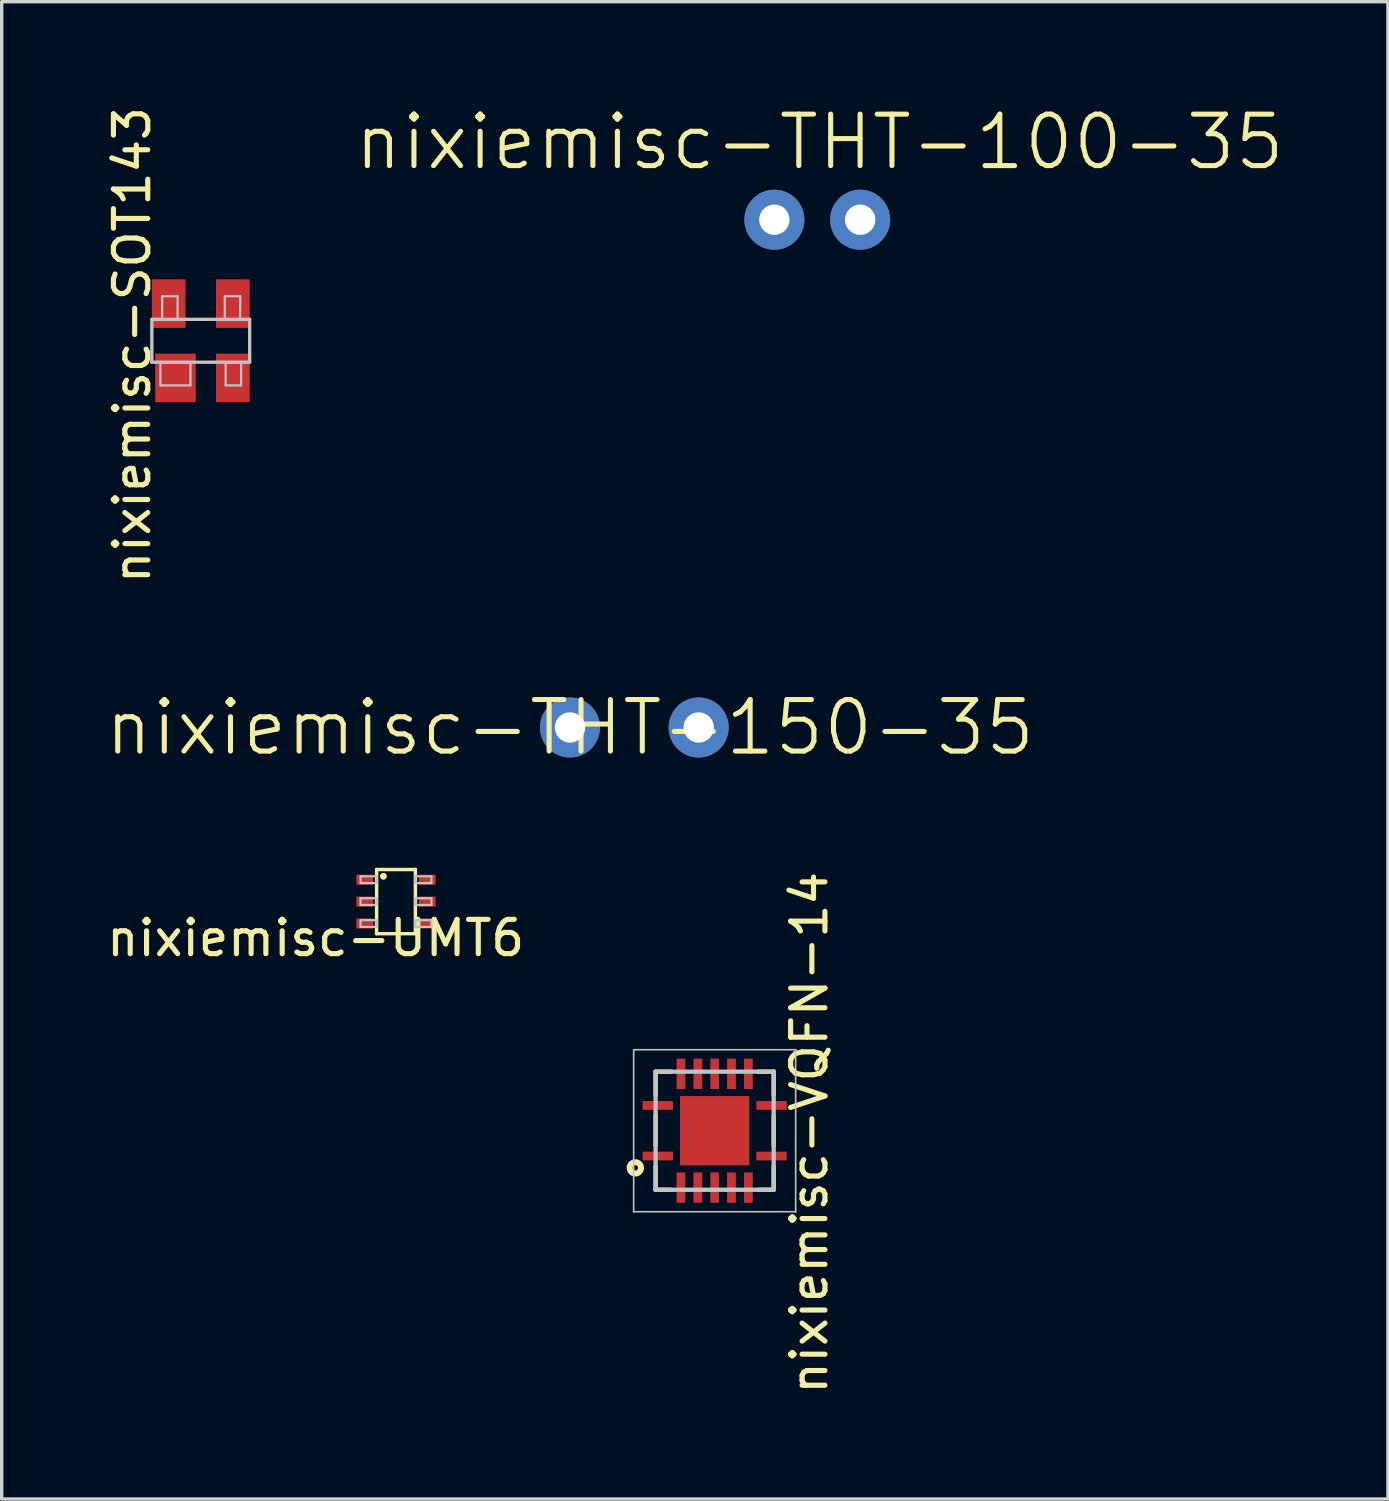
<source format=kicad_pcb>
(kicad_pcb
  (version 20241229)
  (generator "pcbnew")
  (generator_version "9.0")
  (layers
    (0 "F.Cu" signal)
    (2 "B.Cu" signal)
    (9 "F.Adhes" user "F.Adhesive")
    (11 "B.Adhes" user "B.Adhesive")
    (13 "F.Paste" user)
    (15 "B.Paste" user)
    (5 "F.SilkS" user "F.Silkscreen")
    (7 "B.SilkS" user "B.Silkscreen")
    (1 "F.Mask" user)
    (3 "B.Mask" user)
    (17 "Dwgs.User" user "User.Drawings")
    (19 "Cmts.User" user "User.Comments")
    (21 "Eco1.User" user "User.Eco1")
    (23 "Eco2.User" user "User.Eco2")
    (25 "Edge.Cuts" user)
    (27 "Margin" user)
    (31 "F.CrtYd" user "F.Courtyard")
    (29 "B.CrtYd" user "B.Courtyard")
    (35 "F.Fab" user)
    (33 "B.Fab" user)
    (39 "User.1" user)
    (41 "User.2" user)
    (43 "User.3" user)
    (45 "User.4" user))
  (footprint "nixiemisc-SOT143"
    (layer "F.Cu")
    (at 2.894 7.039)
    (property "Reference" "nixiemisc-SOT143" (at -2.032 0.127 90) (layer "F.SilkS") (effects (font (size 1.016 1.016) (thickness 0.152))))
    (attr smd)
    (fp_line (start -1.448 -0.635) (end 1.448 -0.635) (stroke (width 0.099) (type solid)) (layer "Dwgs.User"))
    (fp_line (start -1.448 0.635) (end -1.448 -0.635) (stroke (width 0.099) (type solid)) (layer "Dwgs.User"))
    (fp_line (start -1.448 0.635) (end 1.448 0.635) (stroke (width 0.099) (type solid)) (layer "Dwgs.User"))
    (fp_line (start -1.194 0.635) (end -0.305 0.635) (stroke (width 0.066) (type solid)) (layer "Dwgs.User"))
    (fp_line (start -1.194 1.321) (end -1.194 0.635) (stroke (width 0.066) (type solid)) (layer "Dwgs.User"))
    (fp_line (start -1.194 1.321) (end -0.305 1.321) (stroke (width 0.066) (type solid)) (layer "Dwgs.User"))
    (fp_line (start -1.143 -1.321) (end -0.686 -1.321) (stroke (width 0.066) (type solid)) (layer "Dwgs.User"))
    (fp_line (start -1.143 -0.635) (end -1.143 -1.321) (stroke (width 0.066) (type solid)) (layer "Dwgs.User"))
    (fp_line (start -1.143 -0.635) (end -0.686 -0.635) (stroke (width 0.066) (type solid)) (layer "Dwgs.User"))
    (fp_line (start -0.686 -0.635) (end -0.686 -1.321) (stroke (width 0.066) (type solid)) (layer "Dwgs.User"))
    (fp_line (start -0.305 1.321) (end -0.305 0.635) (stroke (width 0.066) (type solid)) (layer "Dwgs.User"))
    (fp_line (start 0.711 -1.321) (end 1.168 -1.321) (stroke (width 0.066) (type solid)) (layer "Dwgs.User"))
    (fp_line (start 0.711 -0.635) (end 0.711 -1.321) (stroke (width 0.066) (type solid)) (layer "Dwgs.User"))
    (fp_line (start 0.711 -0.635) (end 1.168 -0.635) (stroke (width 0.066) (type solid)) (layer "Dwgs.User"))
    (fp_line (start 0.737 0.635) (end 1.194 0.635) (stroke (width 0.066) (type solid)) (layer "Dwgs.User"))
    (fp_line (start 0.737 1.321) (end 0.737 0.635) (stroke (width 0.066) (type solid)) (layer "Dwgs.User"))
    (fp_line (start 0.737 1.321) (end 1.194 1.321) (stroke (width 0.066) (type solid)) (layer "Dwgs.User"))
    (fp_line (start 1.168 -0.635) (end 1.168 -1.321) (stroke (width 0.066) (type solid)) (layer "Dwgs.User"))
    (fp_line (start 1.194 1.321) (end 1.194 0.635) (stroke (width 0.066) (type solid)) (layer "Dwgs.User"))
    (fp_line (start 1.448 0.635) (end 1.448 -0.635) (stroke (width 0.099) (type solid)) (layer "Dwgs.User"))
    (pad "1" smd rect (at -0.749 1.1) (size 1.199 1.438) (layers "F.Cu" "F.Mask" "F.Paste"))
    (pad "2" smd rect (at 0.95 1.1) (size 0.998 1.438) (layers "F.Cu" "F.Mask" "F.Paste"))
    (pad "3" smd rect (at 0.95 -1.1) (size 0.998 1.438) (layers "F.Cu" "F.Mask" "F.Paste"))
    (pad "4" smd rect (at -0.95 -1.1) (size 0.998 1.438) (layers "F.Cu" "F.Mask" "F.Paste")))
  (footprint "nixiemisc-UMT6"
    (layer "F.Cu")
    (at 8.674 23.643)
    (property "Reference" "nixiemisc-UMT6" (at -2.378 1.079 0) (layer "F.SilkS") (effects (font (size 1.016 1.016) (thickness 0.152))))
    (attr smd)
    (fp_line (start -1.224 -0.848) (end -0.599 -0.848) (stroke (width 0.066) (type solid)) (layer "F.Mask"))
    (fp_line (start -1.224 -0.45) (end -1.224 -0.848) (stroke (width 0.066) (type solid)) (layer "F.Mask"))
    (fp_line (start -1.224 -0.45) (end -0.599 -0.45) (stroke (width 0.066) (type solid)) (layer "F.Mask"))
    (fp_line (start -1.224 -0.198) (end -0.599 -0.198) (stroke (width 0.066) (type solid)) (layer "F.Mask"))
    (fp_line (start -1.224 0.198) (end -1.224 -0.198) (stroke (width 0.066) (type solid)) (layer "F.Mask"))
    (fp_line (start -1.224 0.198) (end -0.599 0.198) (stroke (width 0.066) (type solid)) (layer "F.Mask"))
    (fp_line (start -1.224 0.45) (end -0.599 0.45) (stroke (width 0.066) (type solid)) (layer "F.Mask"))
    (fp_line (start -1.224 0.848) (end -1.224 0.45) (stroke (width 0.066) (type solid)) (layer "F.Mask"))
    (fp_line (start -1.224 0.848) (end -0.599 0.848) (stroke (width 0.066) (type solid)) (layer "F.Mask"))
    (fp_line (start -0.599 -0.45) (end -0.599 -0.848) (stroke (width 0.066) (type solid)) (layer "F.Mask"))
    (fp_line (start -0.599 0.198) (end -0.599 -0.198) (stroke (width 0.066) (type solid)) (layer "F.Mask"))
    (fp_line (start -0.599 0.848) (end -0.599 0.45) (stroke (width 0.066) (type solid)) (layer "F.Mask"))
    (fp_line (start 0.599 -0.848) (end 0.599 -0.45) (stroke (width 0.066) (type solid)) (layer "F.Mask"))
    (fp_line (start 0.599 -0.198) (end 0.599 0.198) (stroke (width 0.066) (type solid)) (layer "F.Mask"))
    (fp_line (start 0.599 0.45) (end 0.599 0.848) (stroke (width 0.066) (type solid)) (layer "F.Mask"))
    (fp_line (start 1.224 -0.848) (end 0.599 -0.848) (stroke (width 0.066) (type solid)) (layer "F.Mask"))
    (fp_line (start 1.224 -0.848) (end 1.224 -0.45) (stroke (width 0.066) (type solid)) (layer "F.Mask"))
    (fp_line (start 1.224 -0.45) (end 0.599 -0.45) (stroke (width 0.066) (type solid)) (layer "F.Mask"))
    (fp_line (start 1.224 -0.198) (end 0.599 -0.198) (stroke (width 0.066) (type solid)) (layer "F.Mask"))
    (fp_line (start 1.224 -0.198) (end 1.224 0.198) (stroke (width 0.066) (type solid)) (layer "F.Mask"))
    (fp_line (start 1.224 0.198) (end 0.599 0.198) (stroke (width 0.066) (type solid)) (layer "F.Mask"))
    (fp_line (start 1.224 0.45) (end 0.599 0.45) (stroke (width 0.066) (type solid)) (layer "F.Mask"))
    (fp_line (start 1.224 0.45) (end 1.224 0.848) (stroke (width 0.066) (type solid)) (layer "F.Mask"))
    (fp_line (start 1.224 0.848) (end 0.599 0.848) (stroke (width 0.066) (type solid)) (layer "F.Mask"))
    (fp_line (start -0.574 -0.95) (end 0.574 -0.95) (stroke (width 0.102) (type solid)) (layer "F.SilkS"))
    (fp_line (start -0.574 0.95) (end -0.574 -0.95) (stroke (width 0.102) (type solid)) (layer "F.SilkS"))
    (fp_line (start 0.574 -0.95) (end 0.574 0.95) (stroke (width 0.102) (type solid)) (layer "F.SilkS"))
    (fp_line (start 0.574 0.95) (end -0.574 0.95) (stroke (width 0.102) (type solid)) (layer "F.SilkS"))
    (fp_circle (center -0.373 -0.749) (end -0.373 -0.851) (stroke (width 0) (type solid)) (fill yes) (layer "F.SilkS"))
    (fp_line (start -1.148 -0.775) (end -0.699 -0.775) (stroke (width 0.066) (type solid)) (layer "F.Paste"))
    (fp_line (start -1.148 -0.523) (end -1.148 -0.775) (stroke (width 0.066) (type solid)) (layer "F.Paste"))
    (fp_line (start -1.148 -0.523) (end -0.699 -0.523) (stroke (width 0.066) (type solid)) (layer "F.Paste"))
    (fp_line (start -1.148 -0.124) (end -0.699 -0.124) (stroke (width 0.066) (type solid)) (layer "F.Paste"))
    (fp_line (start -1.148 0.124) (end -1.148 -0.124) (stroke (width 0.066) (type solid)) (layer "F.Paste"))
    (fp_line (start -1.148 0.124) (end -0.699 0.124) (stroke (width 0.066) (type solid)) (layer "F.Paste"))
    (fp_line (start -1.148 0.523) (end -0.699 0.523) (stroke (width 0.066) (type solid)) (layer "F.Paste"))
    (fp_line (start -1.148 0.775) (end -1.148 0.523) (stroke (width 0.066) (type solid)) (layer "F.Paste"))
    (fp_line (start -1.148 0.775) (end -0.699 0.775) (stroke (width 0.066) (type solid)) (layer "F.Paste"))
    (fp_line (start -0.699 -0.523) (end -0.699 -0.775) (stroke (width 0.066) (type solid)) (layer "F.Paste"))
    (fp_line (start -0.699 0.124) (end -0.699 -0.124) (stroke (width 0.066) (type solid)) (layer "F.Paste"))
    (fp_line (start -0.699 0.775) (end -0.699 0.523) (stroke (width 0.066) (type solid)) (layer "F.Paste"))
    (fp_line (start 0.699 -0.775) (end 0.699 -0.523) (stroke (width 0.066) (type solid)) (layer "F.Paste"))
    (fp_line (start 0.699 -0.124) (end 0.699 0.124) (stroke (width 0.066) (type solid)) (layer "F.Paste"))
    (fp_line (start 0.699 0.523) (end 0.699 0.775) (stroke (width 0.066) (type solid)) (layer "F.Paste"))
    (fp_line (start 1.148 -0.775) (end 0.699 -0.775) (stroke (width 0.066) (type solid)) (layer "F.Paste"))
    (fp_line (start 1.148 -0.775) (end 1.148 -0.523) (stroke (width 0.066) (type solid)) (layer "F.Paste"))
    (fp_line (start 1.148 -0.523) (end 0.699 -0.523) (stroke (width 0.066) (type solid)) (layer "F.Paste"))
    (fp_line (start 1.148 -0.124) (end 0.699 -0.124) (stroke (width 0.066) (type solid)) (layer "F.Paste"))
    (fp_line (start 1.148 -0.124) (end 1.148 0.124) (stroke (width 0.066) (type solid)) (layer "F.Paste"))
    (fp_line (start 1.148 0.124) (end 0.699 0.124) (stroke (width 0.066) (type solid)) (layer "F.Paste"))
    (fp_line (start 1.148 0.523) (end 0.699 0.523) (stroke (width 0.066) (type solid)) (layer "F.Paste"))
    (fp_line (start 1.148 0.523) (end 1.148 0.775) (stroke (width 0.066) (type solid)) (layer "F.Paste"))
    (fp_line (start 1.148 0.775) (end 0.699 0.775) (stroke (width 0.066) (type solid)) (layer "F.Paste"))
    (fp_line (start -1.049 -0.749) (end -0.574 -0.749) (stroke (width 0.066) (type solid)) (layer "Dwgs.User"))
    (fp_line (start -1.049 -0.549) (end -1.049 -0.749) (stroke (width 0.066) (type solid)) (layer "Dwgs.User"))
    (fp_line (start -1.049 -0.549) (end -0.574 -0.549) (stroke (width 0.066) (type solid)) (layer "Dwgs.User"))
    (fp_line (start -1.049 -0.099) (end -0.574 -0.099) (stroke (width 0.066) (type solid)) (layer "Dwgs.User"))
    (fp_line (start -1.049 0.099) (end -1.049 -0.099) (stroke (width 0.066) (type solid)) (layer "Dwgs.User"))
    (fp_line (start -1.049 0.099) (end -0.574 0.099) (stroke (width 0.066) (type solid)) (layer "Dwgs.User"))
    (fp_line (start -1.049 0.549) (end -0.574 0.549) (stroke (width 0.066) (type solid)) (layer "Dwgs.User"))
    (fp_line (start -1.049 0.749) (end -1.049 0.549) (stroke (width 0.066) (type solid)) (layer "Dwgs.User"))
    (fp_line (start -1.049 0.749) (end -0.574 0.749) (stroke (width 0.066) (type solid)) (layer "Dwgs.User"))
    (fp_line (start -0.574 -0.549) (end -0.574 -0.749) (stroke (width 0.066) (type solid)) (layer "Dwgs.User"))
    (fp_line (start -0.574 0.099) (end -0.574 -0.099) (stroke (width 0.066) (type solid)) (layer "Dwgs.User"))
    (fp_line (start -0.574 0.749) (end -0.574 0.549) (stroke (width 0.066) (type solid)) (layer "Dwgs.User"))
    (fp_line (start 0.574 -0.749) (end 0.574 -0.549) (stroke (width 0.066) (type solid)) (layer "Dwgs.User"))
    (fp_line (start 0.574 -0.099) (end 0.574 0.099) (stroke (width 0.066) (type solid)) (layer "Dwgs.User"))
    (fp_line (start 0.574 0.549) (end 0.574 0.749) (stroke (width 0.066) (type solid)) (layer "Dwgs.User"))
    (fp_line (start 1.049 -0.749) (end 0.574 -0.749) (stroke (width 0.066) (type solid)) (layer "Dwgs.User"))
    (fp_line (start 1.049 -0.749) (end 1.049 -0.549) (stroke (width 0.066) (type solid)) (layer "Dwgs.User"))
    (fp_line (start 1.049 -0.549) (end 0.574 -0.549) (stroke (width 0.066) (type solid)) (layer "Dwgs.User"))
    (fp_line (start 1.049 -0.099) (end 0.574 -0.099) (stroke (width 0.066) (type solid)) (layer "Dwgs.User"))
    (fp_line (start 1.049 -0.099) (end 1.049 0.099) (stroke (width 0.066) (type solid)) (layer "Dwgs.User"))
    (fp_line (start 1.049 0.099) (end 0.574 0.099) (stroke (width 0.066) (type solid)) (layer "Dwgs.User"))
    (fp_line (start 1.049 0.549) (end 0.574 0.549) (stroke (width 0.066) (type solid)) (layer "Dwgs.User"))
    (fp_line (start 1.049 0.549) (end 1.049 0.749) (stroke (width 0.066) (type solid)) (layer "Dwgs.User"))
    (fp_line (start 1.049 0.749) (end 0.574 0.749) (stroke (width 0.066) (type solid)) (layer "Dwgs.User"))
    (pad "1" smd rect (at -0.925 -0.648) (size 0.498 0.3) (layers "F.Cu" "F.Mask" "F.Paste"))
    (pad "2" smd rect (at -0.925 0) (size 0.498 0.3) (layers "F.Cu" "F.Mask" "F.Paste"))
    (pad "3" smd rect (at -0.925 0.648) (size 0.498 0.3) (layers "F.Cu" "F.Mask" "F.Paste"))
    (pad "4" smd rect (at 0.925 0.648 180) (size 0.498 0.3) (layers "F.Cu" "F.Mask" "F.Paste"))
    (pad "5" smd rect (at 0.925 0 180) (size 0.498 0.3) (layers "F.Cu" "F.Mask" "F.Paste"))
    (pad "6" smd rect (at 0.925 -0.648 180) (size 0.498 0.3) (layers "F.Cu" "F.Mask" "F.Paste")))
  (footprint "nixiemisc-THT-100-35"
    (placed yes)
    (layer "F.Cu")
    (at 19.876 3.455)
    (property "Reference" "nixiemisc-THT-100-35" (at 1.34 -2.3 0) (layer "F.SilkS") (effects (font (size 1.524 1.524) (thickness 0.15))))
    (attr exclude_from_pos_files exclude_from_bom)
    (pad "1" thru_hole circle (at 0 0) (size 1.778 1.778) (drill 0.899) (layers "*.Cu" "*.Paste" "*.Mask"))
    (pad "2" thru_hole circle (at 2.54 0) (size 1.778 1.778) (drill 0.899) (layers "*.Cu" "*.Paste" "*.Mask")))
  (footprint "nixiemisc-VQFN-14"
    (placed yes)
    (layer "F.Cu")
    (at 18.108 30.426)
    (property "Reference" "nixiemisc-VQFN-14" (at 2.803 0.06 90) (layer "F.SilkS") (effects (font (size 1.016 1.016) (thickness 0.152))))
    (attr smd)
    (fp_line (start -1.748 -1.748) (end -1.748 -1.049) (stroke (width 0.127) (type solid)) (layer "F.SilkS"))
    (fp_line (start -1.748 -0.45) (end -1.748 0.45) (stroke (width 0.127) (type solid)) (layer "F.SilkS"))
    (fp_line (start -1.748 1.748) (end -1.748 1.049) (stroke (width 0.127) (type solid)) (layer "F.SilkS"))
    (fp_line (start -1.298 -1.748) (end -1.748 -1.748) (stroke (width 0.127) (type solid)) (layer "F.SilkS"))
    (fp_line (start -1.298 1.748) (end -1.748 1.748) (stroke (width 0.127) (type solid)) (layer "F.SilkS"))
    (fp_line (start 1.298 -1.748) (end 1.748 -1.748) (stroke (width 0.127) (type solid)) (layer "F.SilkS"))
    (fp_line (start 1.298 1.748) (end 1.748 1.748) (stroke (width 0.127) (type solid)) (layer "F.SilkS"))
    (fp_line (start 1.748 -1.748) (end 1.748 -1.049) (stroke (width 0.127) (type solid)) (layer "F.SilkS"))
    (fp_line (start 1.748 -0.45) (end 1.748 0.45) (stroke (width 0.127) (type solid)) (layer "F.SilkS"))
    (fp_line (start 1.748 1.748) (end 1.748 1.049) (stroke (width 0.127) (type solid)) (layer "F.SilkS"))
    (fp_circle (center -2.349 1.1) (end -2.349 1.021) (stroke (width 0.178) (type solid)) (fill no) (layer "F.SilkS"))
    (fp_line (start -0.65 -0.648) (end 0.648 -0.648) (stroke (width 0.066) (type solid)) (layer "F.Paste"))
    (fp_line (start -0.65 0.65) (end -0.65 -0.648) (stroke (width 0.066) (type solid)) (layer "F.Paste"))
    (fp_line (start -0.65 0.65) (end 0.648 0.65) (stroke (width 0.066) (type solid)) (layer "F.Paste"))
    (fp_line (start 0.648 0.65) (end 0.648 -0.648) (stroke (width 0.066) (type solid)) (layer "F.Paste"))
    (fp_line (start -2.398 -2.398) (end 2.398 -2.398) (stroke (width 0.048) (type solid)) (layer "Dwgs.User"))
    (fp_line (start -2.398 2.398) (end -2.398 -2.398) (stroke (width 0.048) (type solid)) (layer "Dwgs.User"))
    (fp_line (start -1.748 -1.748) (end 1.748 -1.748) (stroke (width 0.127) (type solid)) (layer "Dwgs.User"))
    (fp_line (start -1.748 1.748) (end -1.748 -1.748) (stroke (width 0.127) (type solid)) (layer "Dwgs.User"))
    (fp_line (start 1.748 -1.748) (end 1.748 1.748) (stroke (width 0.127) (type solid)) (layer "Dwgs.User"))
    (fp_line (start 1.748 1.748) (end -1.748 1.748) (stroke (width 0.127) (type solid)) (layer "Dwgs.User"))
    (fp_line (start 2.398 -2.398) (end 2.398 2.398) (stroke (width 0.048) (type solid)) (layer "Dwgs.User"))
    (fp_line (start 2.398 2.398) (end -2.398 2.398) (stroke (width 0.048) (type solid)) (layer "Dwgs.User"))
    (pad "1" smd rect (at -1.684 0.749) (size 0.899 0.259) (layers "F.Cu" "F.Mask" "F.Paste"))
    (pad "2" smd rect (at -0.998 1.684 90) (size 0.899 0.259) (layers "F.Cu" "F.Mask" "F.Paste"))
    (pad "3" smd rect (at -0.498 1.684 90) (size 0.899 0.259) (layers "F.Cu" "F.Mask" "F.Paste"))
    (pad "4" smd rect (at 0 1.684 90) (size 0.899 0.259) (layers "F.Cu" "F.Mask" "F.Paste"))
    (pad "5" smd rect (at 0.498 1.684 90) (size 0.899 0.259) (layers "F.Cu" "F.Mask" "F.Paste"))
    (pad "6" smd rect (at 0.998 1.684 90) (size 0.899 0.259) (layers "F.Cu" "F.Mask" "F.Paste"))
    (pad "7" smd rect (at 1.684 0.749 180) (size 0.899 0.259) (layers "F.Cu" "F.Mask" "F.Paste"))
    (pad "8" smd rect (at 1.684 -0.749 180) (size 0.899 0.259) (layers "F.Cu" "F.Mask" "F.Paste"))
    (pad "9" smd rect (at 0.998 -1.684 270) (size 0.899 0.259) (layers "F.Cu" "F.Mask" "F.Paste"))
    (pad "10" smd rect (at 0.498 -1.684 270) (size 0.899 0.259) (layers "F.Cu" "F.Mask" "F.Paste"))
    (pad "11" smd rect (at 0 -1.684 270) (size 0.899 0.259) (layers "F.Cu" "F.Mask" "F.Paste"))
    (pad "12" smd rect (at -0.498 -1.684 270) (size 0.899 0.259) (layers "F.Cu" "F.Mask" "F.Paste"))
    (pad "13" smd rect (at -0.998 -1.684 270) (size 0.899 0.259) (layers "F.Cu" "F.Mask" "F.Paste"))
    (pad "14" smd rect (at -1.684 -0.749) (size 0.899 0.259) (layers "F.Cu" "F.Mask" "F.Paste"))
    (pad "15" smd rect (at 0 0) (size 2.05 2.05) (layers "F.Cu" "F.Mask" "F.Paste")))
  (footprint "nixiemisc-THT-150-35"
    (placed yes)
    (layer "F.Cu")
    (at 13.825 18.488)
    (property "Reference" "nixiemisc-THT-150-35" (at 0 0 0) (layer "F.SilkS") (effects (font (size 1.524 1.524) (thickness 0.15))))
    (attr exclude_from_pos_files exclude_from_bom)
    (pad "1" thru_hole circle (at 0 0) (size 1.778 1.778) (drill 0.899) (layers "*.Cu" "*.Paste" "*.Mask"))
    (pad "2" thru_hole circle (at 3.81 0) (size 1.778 1.778) (drill 0.899) (layers "*.Cu" "*.Paste" "*.Mask")))
  (gr_rect
    (start -3 -3)
    (end 38.041 41.33)
    (stroke (width 0.1) (type default))
    (fill no)
    (layer "Edge.Cuts")))
</source>
